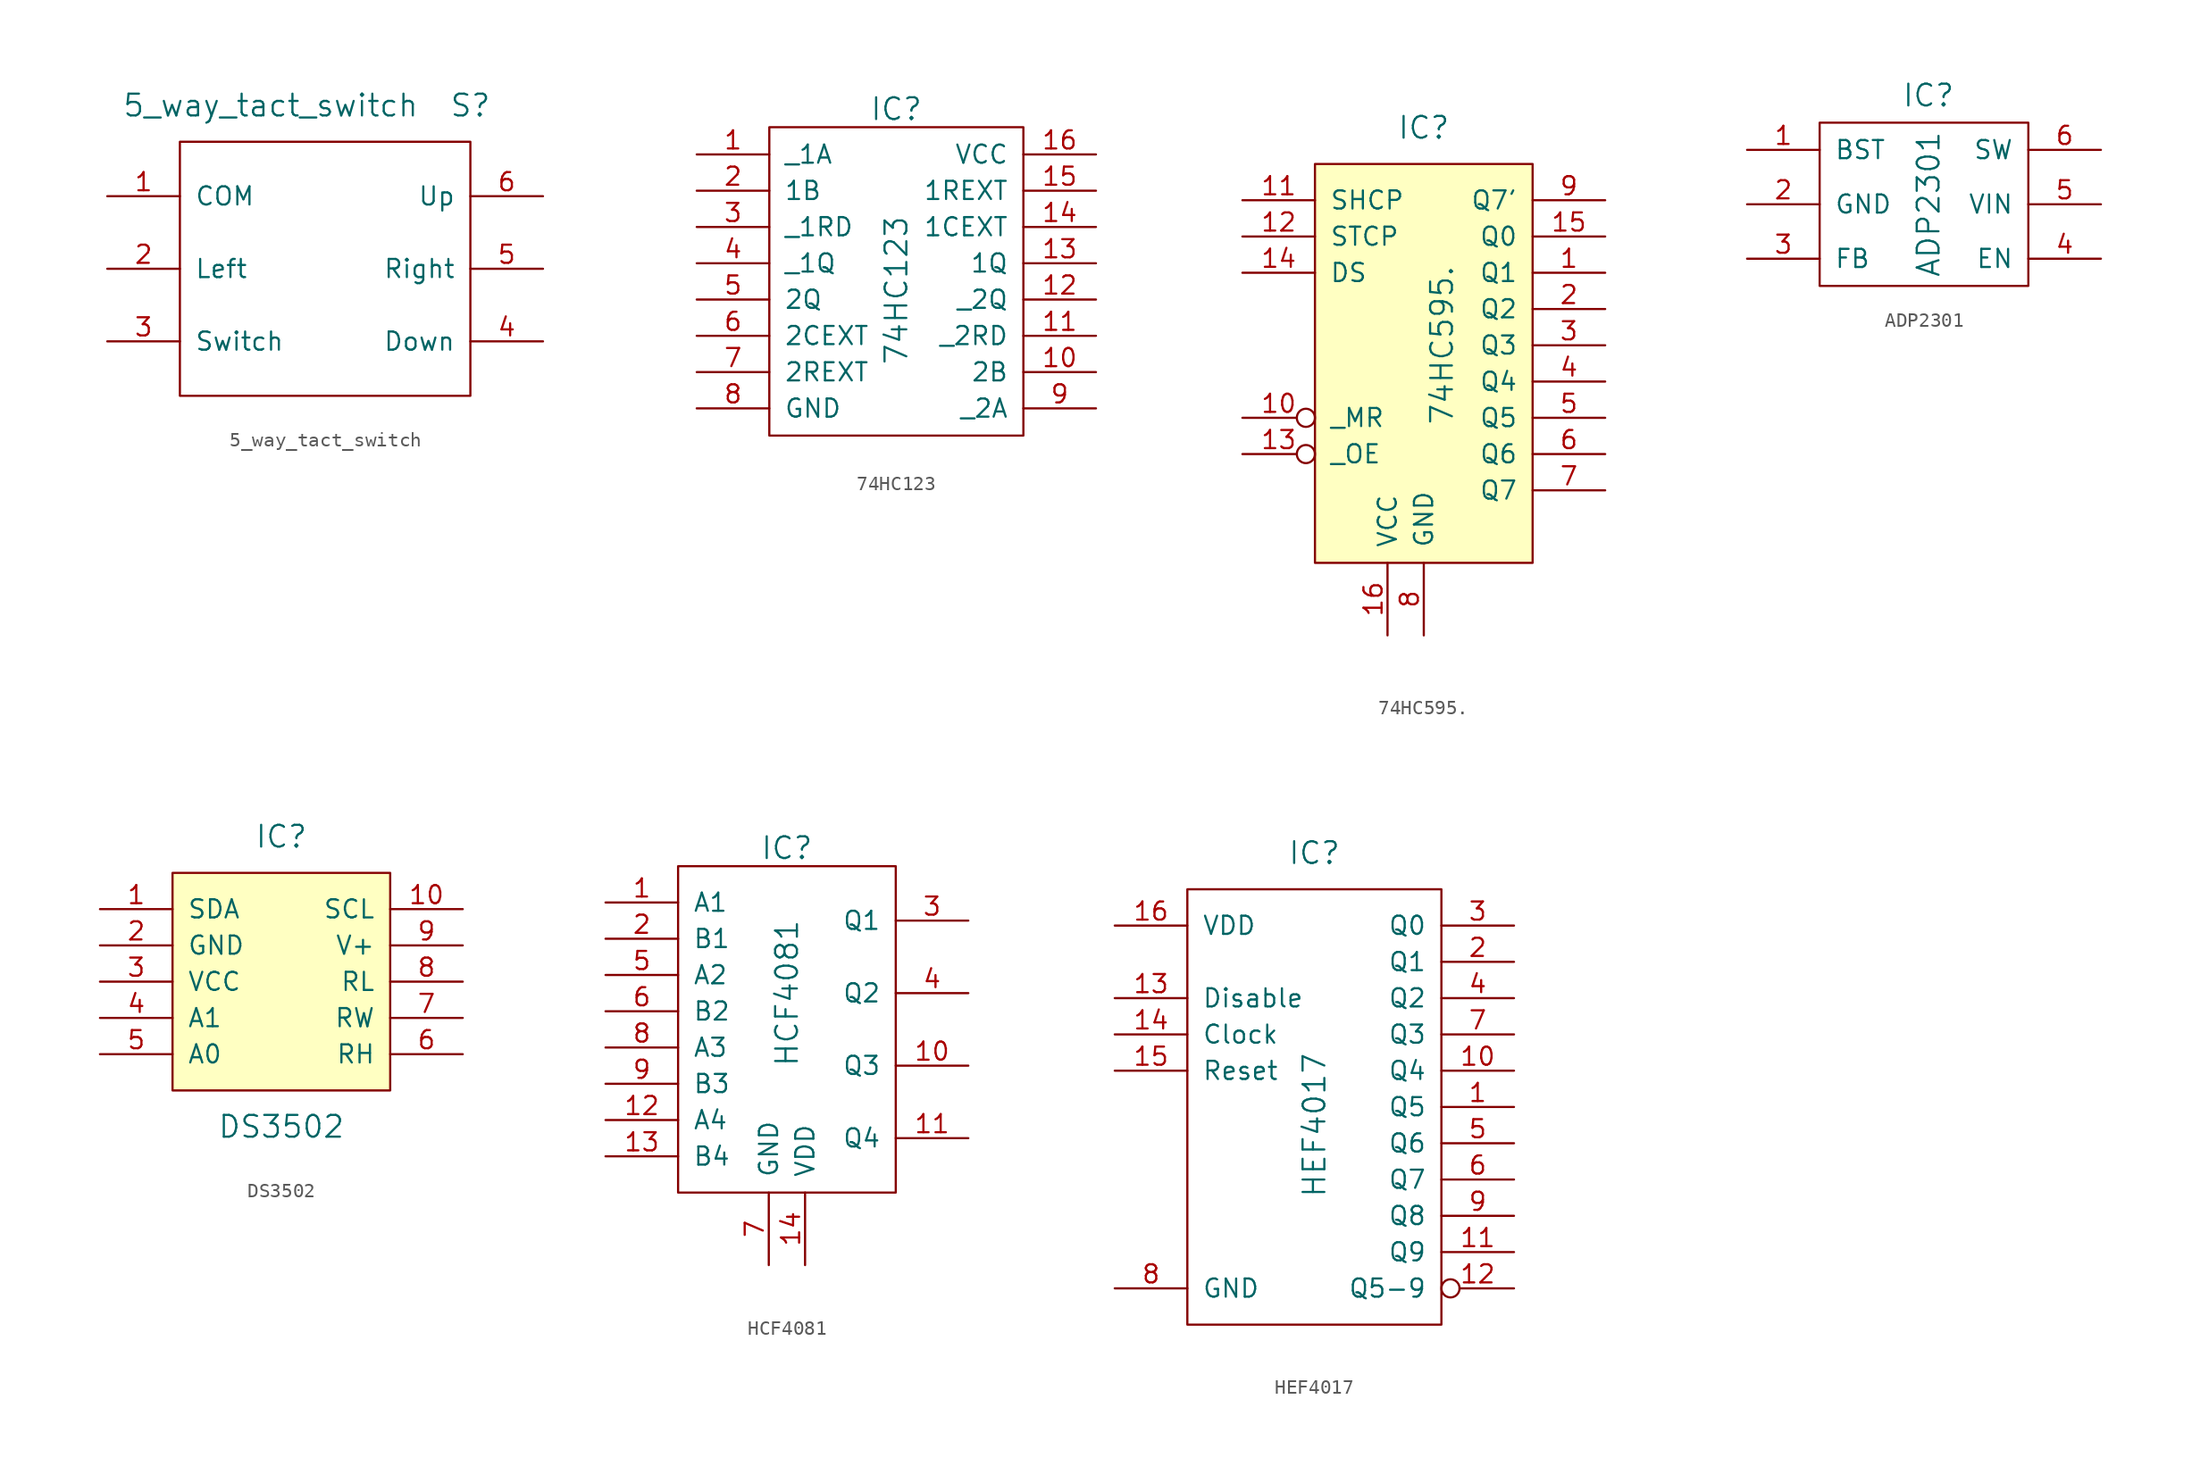
<source format=kicad_sym>
(kicad_symbol_lib
  (version 20220914)
  (generator kicad_symbol_editor)
  (symbol "5_way_tact_switch"
    (pin_names
      (offset 1.016))
    (property "Reference" "S"
      (at 10.16 0 0)
      (effects (font (size 1.524 1.524))))
    (property "Value" "5_way_tact_switch"
      (at -3.81 0 0)
      (effects (font (size 1.524 1.524))))
    (symbol "5_way_tact_switch_0_1"
      (rectangle (start -10.16 -2.54) (end 10.16 -20.32) (stroke (width 0) (type solid)) (fill (type none))))
    (symbol "5_way_tact_switch_1_1"
      (pin input line (at -15.24 -6.35 0) (length 5.08) (name "COM" (effects (font (size 1.27 1.27)))) (number "1" (effects (font (size 1.27 1.27)))))
      (pin input line (at -15.24 -11.43 0) (length 5.08) (name "Left" (effects (font (size 1.27 1.27)))) (number "2" (effects (font (size 1.27 1.27)))))
      (pin input line (at -15.24 -16.51 0) (length 5.08) (name "Switch" (effects (font (size 1.27 1.27)))) (number "3" (effects (font (size 1.27 1.27)))))
      (pin input line (at 15.24 -16.51 180) (length 5.08) (name "Down" (effects (font (size 1.27 1.27)))) (number "4" (effects (font (size 1.27 1.27)))))
      (pin input line (at 15.24 -11.43 180) (length 5.08) (name "Right" (effects (font (size 1.27 1.27)))) (number "5" (effects (font (size 1.27 1.27)))))
      (pin input line (at 15.24 -6.35 180) (length 5.08) (name "Up" (effects (font (size 1.27 1.27)))) (number "6" (effects (font (size 1.27 1.27)))))))
  (symbol "74HC123"
    (pin_names
      (offset 1.016))
    (property "Reference" "IC"
      (at 0 12.065 0)
      (effects (font (size 1.524 1.524))))
    (property "Value" "74HC123"
      (at 0 -0.635 90)
      (effects (font (size 1.524 1.524))))
    (symbol "74HC123_0_1"
      (rectangle (start -8.89 10.795) (end 8.89 -10.795) (stroke (width 0) (type solid)) (fill (type none))))
    (symbol "74HC123_1_1"
      (pin input line (at -13.97 8.89 0) (length 5.08) (name "_1A" (effects (font (size 1.27 1.27)))) (number "1" (effects (font (size 1.27 1.27)))))
      (pin input line (at 13.97 -6.35 180) (length 5.08) (name "2B" (effects (font (size 1.27 1.27)))) (number "10" (effects (font (size 1.27 1.27)))))
      (pin input line (at 13.97 -3.81 180) (length 5.08) (name "_2RD" (effects (font (size 1.27 1.27)))) (number "11" (effects (font (size 1.27 1.27)))))
      (pin input line (at 13.97 -1.27 180) (length 5.08) (name "_2Q" (effects (font (size 1.27 1.27)))) (number "12" (effects (font (size 1.27 1.27)))))
      (pin input line (at 13.97 1.27 180) (length 5.08) (name "1Q" (effects (font (size 1.27 1.27)))) (number "13" (effects (font (size 1.27 1.27)))))
      (pin input line (at 13.97 3.81 180) (length 5.08) (name "1CEXT" (effects (font (size 1.27 1.27)))) (number "14" (effects (font (size 1.27 1.27)))))
      (pin input line (at 13.97 6.35 180) (length 5.08) (name "1REXT" (effects (font (size 1.27 1.27)))) (number "15" (effects (font (size 1.27 1.27)))))
      (pin input line (at 13.97 8.89 180) (length 5.08) (name "VCC" (effects (font (size 1.27 1.27)))) (number "16" (effects (font (size 1.27 1.27)))))
      (pin input line (at -13.97 6.35 0) (length 5.08) (name "1B" (effects (font (size 1.27 1.27)))) (number "2" (effects (font (size 1.27 1.27)))))
      (pin input line (at -13.97 3.81 0) (length 5.08) (name "_1RD" (effects (font (size 1.27 1.27)))) (number "3" (effects (font (size 1.27 1.27)))))
      (pin input line (at -13.97 1.27 0) (length 5.08) (name "_1Q" (effects (font (size 1.27 1.27)))) (number "4" (effects (font (size 1.27 1.27)))))
      (pin input line (at -13.97 -1.27 0) (length 5.08) (name "2Q" (effects (font (size 1.27 1.27)))) (number "5" (effects (font (size 1.27 1.27)))))
      (pin input line (at -13.97 -3.81 0) (length 5.08) (name "2CEXT" (effects (font (size 1.27 1.27)))) (number "6" (effects (font (size 1.27 1.27)))))
      (pin input line (at -13.97 -6.35 0) (length 5.08) (name "2REXT" (effects (font (size 1.27 1.27)))) (number "7" (effects (font (size 1.27 1.27)))))
      (pin input line (at -13.97 -8.89 0) (length 5.08) (name "GND" (effects (font (size 1.27 1.27)))) (number "8" (effects (font (size 1.27 1.27)))))
      (pin input line (at 13.97 -8.89 180) (length 5.08) (name "_2A" (effects (font (size 1.27 1.27)))) (number "9" (effects (font (size 1.27 1.27)))))))
  (symbol "74HC595."
    (pin_names
      (offset 1.016))
    (property "Reference" "IC"
      (at 1.27 2.54 0)
      (effects (font (size 1.524 1.524))))
    (property "Value" "74HC595."
      (at 2.54 -12.7 90)
      (effects (font (size 1.524 1.524))))
    (symbol "74HC595._0_1"
      (rectangle (start -6.35 0) (end 8.89 -27.94) (stroke (width 0) (type solid)) (fill (type background))))
    (symbol "74HC595._1_1"
      (pin input line (at 13.97 -7.62 180) (length 5.08) (name "Q1" (effects (font (size 1.27 1.27)))) (number "1" (effects (font (size 1.27 1.27)))))
      (pin input inverted (at -11.43 -17.78 0) (length 5.08) (name "_MR" (effects (font (size 1.27 1.27)))) (number "10" (effects (font (size 1.27 1.27)))))
      (pin input line (at -11.43 -2.54 0) (length 5.08) (name "SHCP" (effects (font (size 1.27 1.27)))) (number "11" (effects (font (size 1.27 1.27)))))
      (pin input line (at -11.43 -5.08 0) (length 5.08) (name "STCP" (effects (font (size 1.27 1.27)))) (number "12" (effects (font (size 1.27 1.27)))))
      (pin input inverted (at -11.43 -20.32 0) (length 5.08) (name "_OE" (effects (font (size 1.27 1.27)))) (number "13" (effects (font (size 1.27 1.27)))))
      (pin input line (at -11.43 -7.62 0) (length 5.08) (name "DS" (effects (font (size 1.27 1.27)))) (number "14" (effects (font (size 1.27 1.27)))))
      (pin input line (at 13.97 -5.08 180) (length 5.08) (name "Q0" (effects (font (size 1.27 1.27)))) (number "15" (effects (font (size 1.27 1.27)))))
      (pin input line (at -1.27 -33.02 90) (length 5.08) (name "VCC" (effects (font (size 1.27 1.27)))) (number "16" (effects (font (size 1.27 1.27)))))
      (pin input line (at 13.97 -10.16 180) (length 5.08) (name "Q2" (effects (font (size 1.27 1.27)))) (number "2" (effects (font (size 1.27 1.27)))))
      (pin input line (at 13.97 -12.7 180) (length 5.08) (name "Q3" (effects (font (size 1.27 1.27)))) (number "3" (effects (font (size 1.27 1.27)))))
      (pin input line (at 13.97 -15.24 180) (length 5.08) (name "Q4" (effects (font (size 1.27 1.27)))) (number "4" (effects (font (size 1.27 1.27)))))
      (pin input line (at 13.97 -17.78 180) (length 5.08) (name "Q5" (effects (font (size 1.27 1.27)))) (number "5" (effects (font (size 1.27 1.27)))))
      (pin input line (at 13.97 -20.32 180) (length 5.08) (name "Q6" (effects (font (size 1.27 1.27)))) (number "6" (effects (font (size 1.27 1.27)))))
      (pin input line (at 13.97 -22.86 180) (length 5.08) (name "Q7" (effects (font (size 1.27 1.27)))) (number "7" (effects (font (size 1.27 1.27)))))
      (pin input line (at 1.27 -33.02 90) (length 5.08) (name "GND" (effects (font (size 1.27 1.27)))) (number "8" (effects (font (size 1.27 1.27)))))
      (pin input line (at 13.97 -2.54 180) (length 5.08) (name "Q7'" (effects (font (size 1.27 1.27)))) (number "9" (effects (font (size 1.27 1.27)))))))
  (symbol "ADP2301"
    (pin_names
      (offset 1.016))
    (property "Reference" "IC"
      (at 0 7.62 0)
      (effects (font (size 1.524 1.524))))
    (property "Value" "ADP2301"
      (at 0 0 90)
      (effects (font (size 1.524 1.524))))
    (symbol "ADP2301_0_1"
      (rectangle (start -7.62 5.715) (end 6.985 -5.715) (stroke (width 0) (type solid)) (fill (type none))))
    (symbol "ADP2301_1_1"
      (pin input line (at -12.7 3.81 0) (length 5.08) (name "BST" (effects (font (size 1.27 1.27)))) (number "1" (effects (font (size 1.27 1.27)))))
      (pin input line (at -12.7 0 0) (length 5.08) (name "GND" (effects (font (size 1.27 1.27)))) (number "2" (effects (font (size 1.27 1.27)))))
      (pin input line (at -12.7 -3.81 0) (length 5.08) (name "FB" (effects (font (size 1.27 1.27)))) (number "3" (effects (font (size 1.27 1.27)))))
      (pin input line (at 12.065 -3.81 180) (length 5.08) (name "EN" (effects (font (size 1.27 1.27)))) (number "4" (effects (font (size 1.27 1.27)))))
      (pin input line (at 12.065 0 180) (length 5.08) (name "VIN" (effects (font (size 1.27 1.27)))) (number "5" (effects (font (size 1.27 1.27)))))
      (pin input line (at 12.065 3.81 180) (length 5.08) (name "SW" (effects (font (size 1.27 1.27)))) (number "6" (effects (font (size 1.27 1.27)))))))
  (symbol "DS3502"
    (pin_names
      (offset 1.016))
    (property "Reference" "IC"
      (at 0 2.54 0)
      (effects (font (size 1.524 1.524))))
    (property "Value" "DS3502"
      (at 0 -17.78 0)
      (effects (font (size 1.524 1.524))))
    (symbol "DS3502_0_1"
      (rectangle (start -7.62 0) (end 7.62 -15.24) (stroke (width 0) (type solid)) (fill (type background))))
    (symbol "DS3502_1_1"
      (pin input line (at -12.7 -2.54 0) (length 5.08) (name "SDA" (effects (font (size 1.27 1.27)))) (number "1" (effects (font (size 1.27 1.27)))))
      (pin input line (at 12.7 -2.54 180) (length 5.08) (name "SCL" (effects (font (size 1.27 1.27)))) (number "10" (effects (font (size 1.27 1.27)))))
      (pin input line (at -12.7 -5.08 0) (length 5.08) (name "GND" (effects (font (size 1.27 1.27)))) (number "2" (effects (font (size 1.27 1.27)))))
      (pin input line (at -12.7 -7.62 0) (length 5.08) (name "VCC" (effects (font (size 1.27 1.27)))) (number "3" (effects (font (size 1.27 1.27)))))
      (pin input line (at -12.7 -10.16 0) (length 5.08) (name "A1" (effects (font (size 1.27 1.27)))) (number "4" (effects (font (size 1.27 1.27)))))
      (pin input line (at -12.7 -12.7 0) (length 5.08) (name "A0" (effects (font (size 1.27 1.27)))) (number "5" (effects (font (size 1.27 1.27)))))
      (pin input line (at 12.7 -12.7 180) (length 5.08) (name "RH" (effects (font (size 1.27 1.27)))) (number "6" (effects (font (size 1.27 1.27)))))
      (pin input line (at 12.7 -10.16 180) (length 5.08) (name "RW" (effects (font (size 1.27 1.27)))) (number "7" (effects (font (size 1.27 1.27)))))
      (pin input line (at 12.7 -7.62 180) (length 5.08) (name "RL" (effects (font (size 1.27 1.27)))) (number "8" (effects (font (size 1.27 1.27)))))
      (pin input line (at 12.7 -5.08 180) (length 5.08) (name "V+" (effects (font (size 1.27 1.27)))) (number "9" (effects (font (size 1.27 1.27)))))))
  (symbol "HCF4081"
    (pin_names
      (offset 1.016))
    (property "Reference" "IC"
      (at 0 1.27 0)
      (effects (font (size 1.524 1.524))))
    (property "Value" "HCF4081"
      (at 0 -8.89 90)
      (effects (font (size 1.524 1.524))))
    (symbol "HCF4081_0_1"
      (rectangle (start -7.62 0) (end 7.62 -22.86) (stroke (width 0) (type solid)) (fill (type none))))
    (symbol "HCF4081_1_1"
      (pin input line (at -12.7 -2.54 0) (length 5.08) (name "A1" (effects (font (size 1.27 1.27)))) (number "1" (effects (font (size 1.27 1.27)))))
      (pin input line (at 12.7 -13.97 180) (length 5.08) (name "Q3" (effects (font (size 1.27 1.27)))) (number "10" (effects (font (size 1.27 1.27)))))
      (pin input line (at 12.7 -19.05 180) (length 5.08) (name "Q4" (effects (font (size 1.27 1.27)))) (number "11" (effects (font (size 1.27 1.27)))))
      (pin input line (at -12.7 -17.78 0) (length 5.08) (name "A4" (effects (font (size 1.27 1.27)))) (number "12" (effects (font (size 1.27 1.27)))))
      (pin input line (at -12.7 -20.32 0) (length 5.08) (name "B4" (effects (font (size 1.27 1.27)))) (number "13" (effects (font (size 1.27 1.27)))))
      (pin input line (at 1.27 -27.94 90) (length 5.08) (name "VDD" (effects (font (size 1.27 1.27)))) (number "14" (effects (font (size 1.27 1.27)))))
      (pin input line (at -12.7 -5.08 0) (length 5.08) (name "B1" (effects (font (size 1.27 1.27)))) (number "2" (effects (font (size 1.27 1.27)))))
      (pin input line (at 12.7 -3.81 180) (length 5.08) (name "Q1" (effects (font (size 1.27 1.27)))) (number "3" (effects (font (size 1.27 1.27)))))
      (pin input line (at 12.7 -8.89 180) (length 5.08) (name "Q2" (effects (font (size 1.27 1.27)))) (number "4" (effects (font (size 1.27 1.27)))))
      (pin input line (at -12.7 -7.62 0) (length 5.08) (name "A2" (effects (font (size 1.27 1.27)))) (number "5" (effects (font (size 1.27 1.27)))))
      (pin input line (at -12.7 -10.16 0) (length 5.08) (name "B2" (effects (font (size 1.27 1.27)))) (number "6" (effects (font (size 1.27 1.27)))))
      (pin input line (at -1.27 -27.94 90) (length 5.08) (name "GND" (effects (font (size 1.27 1.27)))) (number "7" (effects (font (size 1.27 1.27)))))
      (pin input line (at -12.7 -12.7 0) (length 5.08) (name "A3" (effects (font (size 1.27 1.27)))) (number "8" (effects (font (size 1.27 1.27)))))
      (pin input line (at -12.7 -15.24 0) (length 5.08) (name "B3" (effects (font (size 1.27 1.27)))) (number "9" (effects (font (size 1.27 1.27)))))))
  (symbol "HEF4017"
    (pin_names
      (offset 1.016))
    (property "Reference" "IC"
      (at 0 2.54 0)
      (effects (font (size 1.524 1.524))))
    (property "Value" "HEF4017"
      (at 0 -16.51 90)
      (effects (font (size 1.524 1.524))))
    (symbol "HEF4017_0_1"
      (rectangle (start -8.89 0) (end 8.89 -30.48) (stroke (width 0) (type solid)) (fill (type none))))
    (symbol "HEF4017_1_1"
      (pin input line (at 13.97 -15.24 180) (length 5.08) (name "Q5" (effects (font (size 1.27 1.27)))) (number "1" (effects (font (size 1.27 1.27)))))
      (pin input line (at 13.97 -12.7 180) (length 5.08) (name "Q4" (effects (font (size 1.27 1.27)))) (number "10" (effects (font (size 1.27 1.27)))))
      (pin input line (at 13.97 -25.4 180) (length 5.08) (name "Q9" (effects (font (size 1.27 1.27)))) (number "11" (effects (font (size 1.27 1.27)))))
      (pin input inverted (at 13.97 -27.94 180) (length 5.08) (name "Q5-9" (effects (font (size 1.27 1.27)))) (number "12" (effects (font (size 1.27 1.27)))))
      (pin input line (at -13.97 -7.62 0) (length 5.08) (name "Disable" (effects (font (size 1.27 1.27)))) (number "13" (effects (font (size 1.27 1.27)))))
      (pin input line (at -13.97 -10.16 0) (length 5.08) (name "Clock" (effects (font (size 1.27 1.27)))) (number "14" (effects (font (size 1.27 1.27)))))
      (pin input line (at -13.97 -12.7 0) (length 5.08) (name "Reset" (effects (font (size 1.27 1.27)))) (number "15" (effects (font (size 1.27 1.27)))))
      (pin input line (at -13.97 -2.54 0) (length 5.08) (name "VDD" (effects (font (size 1.27 1.27)))) (number "16" (effects (font (size 1.27 1.27)))))
      (pin input line (at 13.97 -5.08 180) (length 5.08) (name "Q1" (effects (font (size 1.27 1.27)))) (number "2" (effects (font (size 1.27 1.27)))))
      (pin input line (at 13.97 -2.54 180) (length 5.08) (name "Q0" (effects (font (size 1.27 1.27)))) (number "3" (effects (font (size 1.27 1.27)))))
      (pin input line (at 13.97 -7.62 180) (length 5.08) (name "Q2" (effects (font (size 1.27 1.27)))) (number "4" (effects (font (size 1.27 1.27)))))
      (pin input line (at 13.97 -17.78 180) (length 5.08) (name "Q6" (effects (font (size 1.27 1.27)))) (number "5" (effects (font (size 1.27 1.27)))))
      (pin input line (at 13.97 -20.32 180) (length 5.08) (name "Q7" (effects (font (size 1.27 1.27)))) (number "6" (effects (font (size 1.27 1.27)))))
      (pin input line (at 13.97 -10.16 180) (length 5.08) (name "Q3" (effects (font (size 1.27 1.27)))) (number "7" (effects (font (size 1.27 1.27)))))
      (pin input line (at -13.97 -27.94 0) (length 5.08) (name "GND" (effects (font (size 1.27 1.27)))) (number "8" (effects (font (size 1.27 1.27)))))
      (pin input line (at 13.97 -22.86 180) (length 5.08) (name "Q8" (effects (font (size 1.27 1.27)))) (number "9" (effects (font (size 1.27 1.27))))))))
</source>
